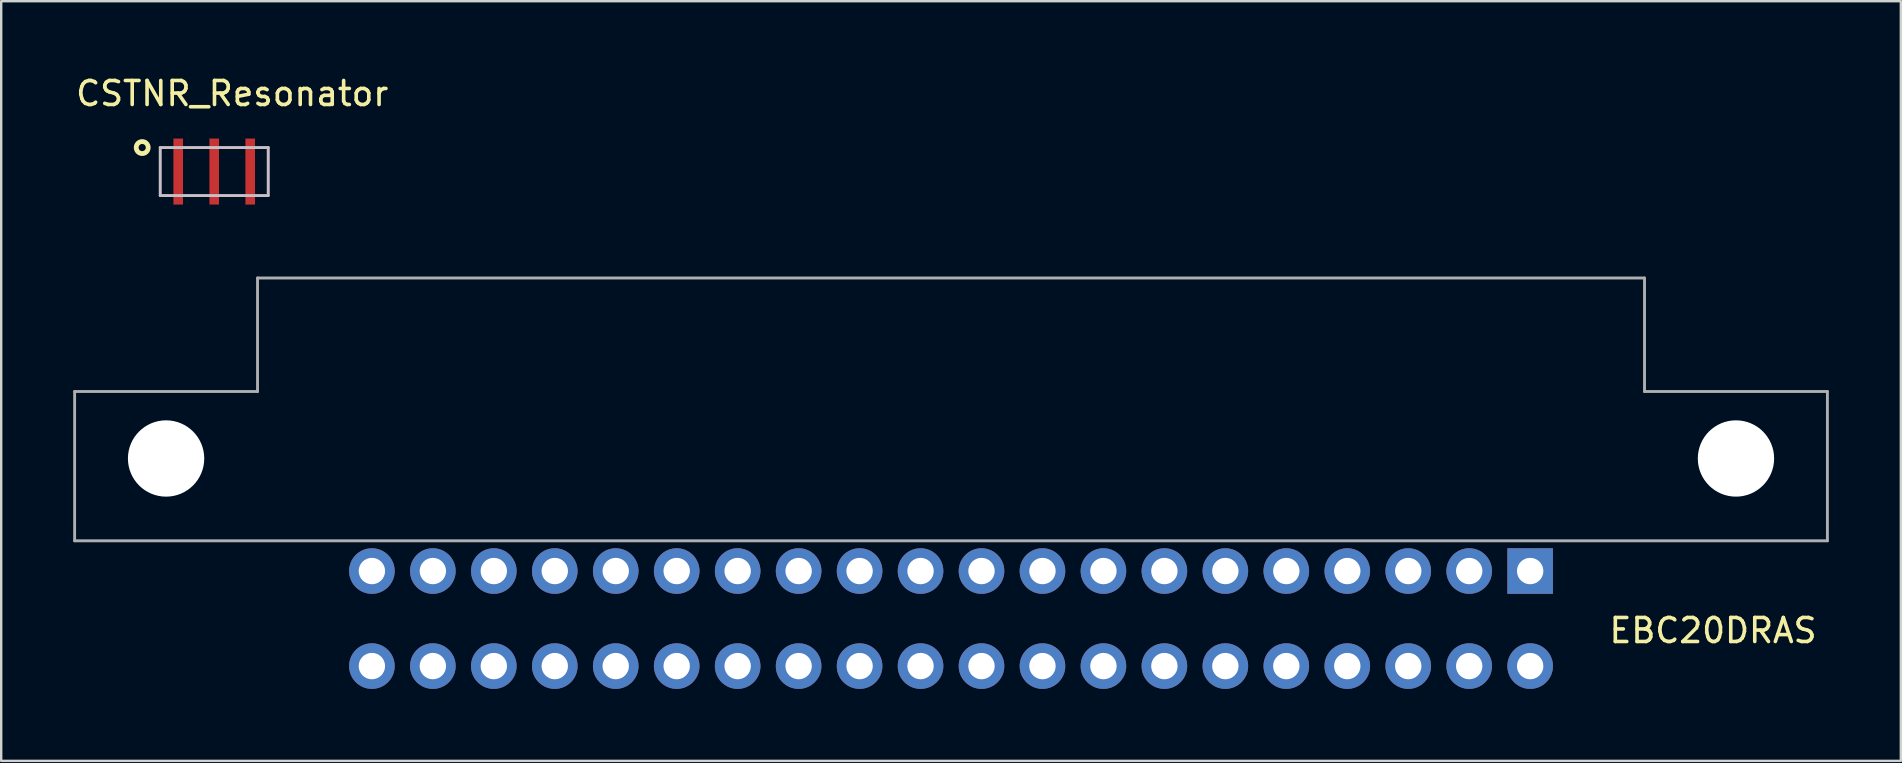
<source format=kicad_pcb>
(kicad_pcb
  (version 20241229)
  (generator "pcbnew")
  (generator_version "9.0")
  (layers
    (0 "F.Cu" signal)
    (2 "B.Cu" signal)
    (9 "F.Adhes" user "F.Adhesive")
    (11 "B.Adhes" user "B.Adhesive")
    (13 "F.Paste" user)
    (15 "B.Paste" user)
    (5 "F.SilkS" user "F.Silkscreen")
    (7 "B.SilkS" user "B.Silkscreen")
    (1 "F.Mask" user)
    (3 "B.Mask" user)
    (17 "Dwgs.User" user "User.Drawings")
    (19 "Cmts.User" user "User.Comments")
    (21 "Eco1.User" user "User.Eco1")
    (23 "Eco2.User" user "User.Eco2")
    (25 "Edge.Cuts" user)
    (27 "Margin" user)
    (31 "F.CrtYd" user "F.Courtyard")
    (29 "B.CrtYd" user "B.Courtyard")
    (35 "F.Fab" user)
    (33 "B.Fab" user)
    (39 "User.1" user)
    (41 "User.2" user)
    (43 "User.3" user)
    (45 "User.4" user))
  (footprint "EBC20DRAS"
    (layer "F.Cu")
    (at 36.575 22.723)
    (property "Reference" "EBC20DRAS" (at 31.75 0.5 0) (layer "F.SilkS") (effects (font (size 1 1) (thickness 0.15))))
    (attr through_hole)
    (fp_line (start -36.515 -9.46) (end -36.515 -3.24) (stroke (width 0.12) (type solid)) (layer "F.Fab"))
    (fp_line (start -36.515 -9.46) (end -28.895 -9.46) (stroke (width 0.12) (type solid)) (layer "F.Fab"))
    (fp_line (start -36.515 -3.24) (end 36.515 -3.24) (stroke (width 0.12) (type solid)) (layer "F.Fab"))
    (fp_line (start -28.895 -14.19) (end 28.895 -14.19) (stroke (width 0.12) (type solid)) (layer "F.Fab"))
    (fp_line (start -28.895 -9.46) (end -28.895 -14.19) (stroke (width 0.12) (type solid)) (layer "F.Fab"))
    (fp_line (start 28.895 -9.46) (end 28.895 -14.19) (stroke (width 0.12) (type solid)) (layer "F.Fab"))
    (fp_line (start 28.895 -9.46) (end 36.515 -9.46) (stroke (width 0.12) (type solid)) (layer "F.Fab"))
    (fp_line (start 36.515 -3.24) (end 36.515 -9.46) (stroke (width 0.12) (type solid)) (layer "F.Fab"))
    (pad "" np_thru_hole circle (at -32.705 -6.67) (size 3.18 3.18) (drill 3.18) (layers "*.Cu" "*.Mask"))
    (pad "" np_thru_hole circle (at 32.705 -6.67) (size 3.18 3.18) (drill 3.18) (layers "*.Cu" "*.Mask"))
    (pad "1" thru_hole rect (at 24.13 -1.98) (size 1.9 1.9) (drill 1.1) (layers "*.Cu" "*.Mask"))
    (pad "2" thru_hole circle (at 24.13 1.98) (size 1.9 1.9) (drill 1.1) (layers "*.Cu" "*.Mask"))
    (pad "3" thru_hole circle (at 21.59 -1.98) (size 1.9 1.9) (drill 1.1) (layers "*.Cu" "*.Mask"))
    (pad "4" thru_hole circle (at 21.59 1.98) (size 1.9 1.9) (drill 1.1) (layers "*.Cu" "*.Mask"))
    (pad "5" thru_hole circle (at 19.05 -1.98) (size 1.9 1.9) (drill 1.1) (layers "*.Cu" "*.Mask"))
    (pad "6" thru_hole circle (at 19.05 1.98) (size 1.9 1.9) (drill 1.1) (layers "*.Cu" "*.Mask"))
    (pad "7" thru_hole circle (at 16.51 -1.98) (size 1.9 1.9) (drill 1.1) (layers "*.Cu" "*.Mask"))
    (pad "8" thru_hole circle (at 16.51 1.98) (size 1.9 1.9) (drill 1.1) (layers "*.Cu" "*.Mask"))
    (pad "9" thru_hole circle (at 13.97 -1.98) (size 1.9 1.9) (drill 1.1) (layers "*.Cu" "*.Mask"))
    (pad "10" thru_hole circle (at 13.97 1.98) (size 1.9 1.9) (drill 1.1) (layers "*.Cu" "*.Mask"))
    (pad "11" thru_hole circle (at 11.43 -1.98) (size 1.9 1.9) (drill 1.1) (layers "*.Cu" "*.Mask"))
    (pad "12" thru_hole circle (at 11.43 1.98) (size 1.9 1.9) (drill 1.1) (layers "*.Cu" "*.Mask"))
    (pad "13" thru_hole circle (at 8.89 -1.98) (size 1.9 1.9) (drill 1.1) (layers "*.Cu" "*.Mask"))
    (pad "14" thru_hole circle (at 8.89 1.98) (size 1.9 1.9) (drill 1.1) (layers "*.Cu" "*.Mask"))
    (pad "15" thru_hole circle (at 6.35 -1.98) (size 1.9 1.9) (drill 1.1) (layers "*.Cu" "*.Mask"))
    (pad "16" thru_hole circle (at 6.35 1.98) (size 1.9 1.9) (drill 1.1) (layers "*.Cu" "*.Mask"))
    (pad "17" thru_hole circle (at 3.81 -1.98) (size 1.9 1.9) (drill 1.1) (layers "*.Cu" "*.Mask"))
    (pad "18" thru_hole circle (at 3.81 1.98) (size 1.9 1.9) (drill 1.1) (layers "*.Cu" "*.Mask"))
    (pad "19" thru_hole circle (at 1.27 -1.98) (size 1.9 1.9) (drill 1.1) (layers "*.Cu" "*.Mask"))
    (pad "20" thru_hole circle (at 1.27 1.98) (size 1.9 1.9) (drill 1.1) (layers "*.Cu" "*.Mask"))
    (pad "21" thru_hole circle (at -1.27 -1.98) (size 1.9 1.9) (drill 1.1) (layers "*.Cu" "*.Mask"))
    (pad "22" thru_hole circle (at -1.27 1.98) (size 1.9 1.9) (drill 1.1) (layers "*.Cu" "*.Mask"))
    (pad "23" thru_hole circle (at -3.81 -1.98) (size 1.9 1.9) (drill 1.1) (layers "*.Cu" "*.Mask"))
    (pad "24" thru_hole circle (at -3.81 1.98) (size 1.9 1.9) (drill 1.1) (layers "*.Cu" "*.Mask"))
    (pad "25" thru_hole circle (at -6.35 -1.98) (size 1.9 1.9) (drill 1.1) (layers "*.Cu" "*.Mask"))
    (pad "26" thru_hole circle (at -6.35 1.98) (size 1.9 1.9) (drill 1.1) (layers "*.Cu" "*.Mask"))
    (pad "27" thru_hole circle (at -8.89 -1.98) (size 1.9 1.9) (drill 1.1) (layers "*.Cu" "*.Mask"))
    (pad "28" thru_hole circle (at -8.89 1.98) (size 1.9 1.9) (drill 1.1) (layers "*.Cu" "*.Mask"))
    (pad "29" thru_hole circle (at -11.43 -1.98) (size 1.9 1.9) (drill 1.1) (layers "*.Cu" "*.Mask"))
    (pad "30" thru_hole circle (at -11.43 1.98) (size 1.9 1.9) (drill 1.1) (layers "*.Cu" "*.Mask"))
    (pad "31" thru_hole circle (at -13.97 -1.98) (size 1.9 1.9) (drill 1.1) (layers "*.Cu" "*.Mask"))
    (pad "32" thru_hole circle (at -13.97 1.98) (size 1.9 1.9) (drill 1.1) (layers "*.Cu" "*.Mask"))
    (pad "33" thru_hole circle (at -16.51 -1.98) (size 1.9 1.9) (drill 1.1) (layers "*.Cu" "*.Mask"))
    (pad "34" thru_hole circle (at -16.51 1.98) (size 1.9 1.9) (drill 1.1) (layers "*.Cu" "*.Mask"))
    (pad "35" thru_hole circle (at -19.05 -1.98) (size 1.9 1.9) (drill 1.1) (layers "*.Cu" "*.Mask"))
    (pad "36" thru_hole circle (at -19.05 1.98) (size 1.9 1.9) (drill 1.1) (layers "*.Cu" "*.Mask"))
    (pad "37" thru_hole circle (at -21.59 -1.98) (size 1.9 1.9) (drill 1.1) (layers "*.Cu" "*.Mask"))
    (pad "38" thru_hole circle (at -21.59 1.98) (size 1.9 1.9) (drill 1.1) (layers "*.Cu" "*.Mask"))
    (pad "39" thru_hole circle (at -24.13 -1.98) (size 1.9 1.9) (drill 1.1) (layers "*.Cu" "*.Mask"))
    (pad "40" thru_hole circle (at -24.13 1.98) (size 1.9 1.9) (drill 1.1) (layers "*.Cu" "*.Mask")))
  (footprint "CSTNR_Resonator"
    (layer "F.Cu")
    (at 5.875 4.098)
    (property "Reference" "CSTNR_Resonator" (at 0.75 -3.25 0) (layer "F.SilkS") (effects (font (size 1 1) (thickness 0.15))))
    (attr through_hole)
    (fp_circle (center -3 -1) (end -2.75 -1) (stroke (width 0.2) (type solid)) (fill no) (layer "F.SilkS"))
    (fp_line (start -2.25 1) (end -2.25 -1) (stroke (width 0.12) (type solid)) (layer "Dwgs.User"))
    (fp_line (start 2.25 -1) (end -2.25 -1) (stroke (width 0.12) (type solid)) (layer "Dwgs.User"))
    (fp_line (start 2.25 -1) (end 2.25 1) (stroke (width 0.12) (type solid)) (layer "Dwgs.User"))
    (fp_line (start 2.25 1) (end -2.25 1) (stroke (width 0.12) (type solid)) (layer "Dwgs.User"))
    (fp_poly (pts (xy 2.25 1) (xy -2.25 1) (xy -2.25 -1) (xy 2.25 -1)) (stroke (width 0.1) (type solid)) (fill no) (layer "F.CrtYd"))
    (pad "1" smd rect (at -1.5 0) (size 0.4 2.75) (layers "F.Cu" "F.Mask" "F.Paste"))
    (pad "2" smd rect (at 0 0) (size 0.4 2.75) (layers "F.Cu" "F.Mask" "F.Paste"))
    (pad "3" smd rect (at 1.5 0) (size 0.4 2.75) (layers "F.Cu" "F.Mask" "F.Paste")))
  (gr_rect
    (start -3 -3)
    (end 76.15 28.653)
    (stroke (width 0.1) (type default))
    (fill no)
    (layer "Edge.Cuts")))
</source>
